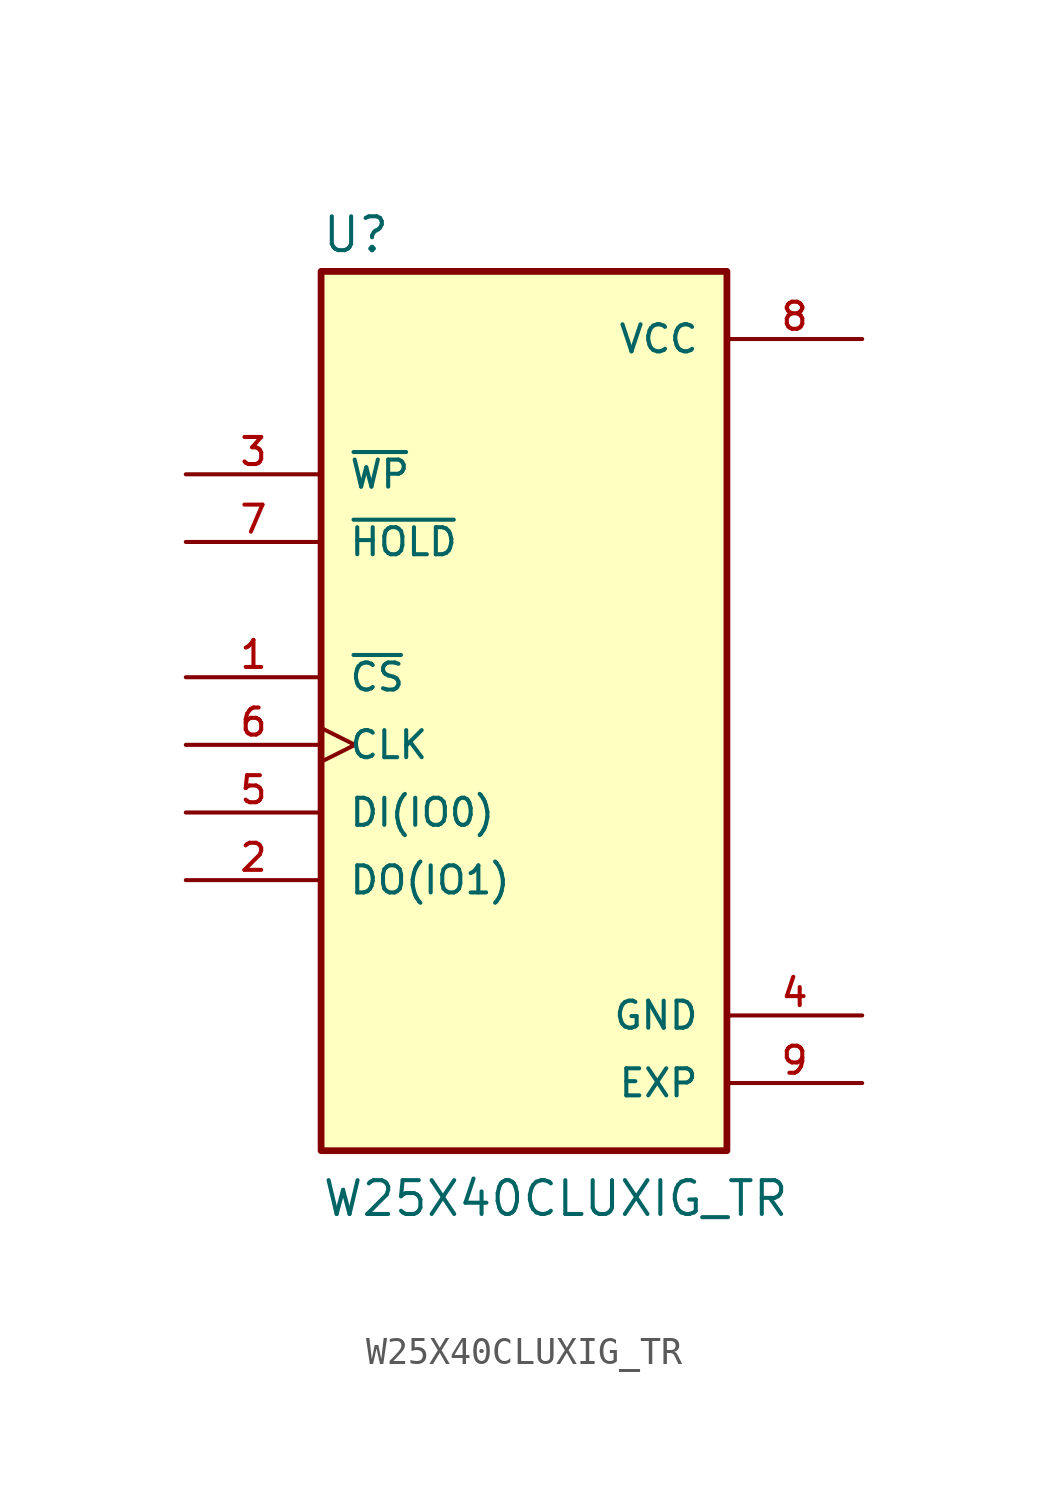
<source format=kicad_sym>
(kicad_symbol_lib
  (version 20211014)
  (generator kicad_symbol_editor)
  (symbol "W25X40CLUXIG_TR"
    (pin_names
      (offset 1.016))
    (property "Reference" "U"
      (at -7.62 18.415 0)
      (effects (font (size 1.27 1.27)) (justify bottom left)))
    (property "Value" "W25X40CLUXIG_TR"
      (at -7.62 -17.78 0)
      (effects (font (size 1.27 1.27)) (justify bottom left)))
    (symbol "W25X40CLUXIG_TR_0_0"
      (rectangle (start -7.62 -15.24) (end 7.62 17.78) (stroke (width 0.254)) (fill (type background)))
      (pin input line (at -12.7 2.54 0) (length 5.08) (name "~{CS}" (effects (font (size 1.016 1.016)))) (number "1" (effects (font (size 1.016 1.016)))))
      (pin bidirectional line (at -12.7 -5.08 0) (length 5.08) (name "DO(IO1)" (effects (font (size 1.016 1.016)))) (number "2" (effects (font (size 1.016 1.016)))))
      (pin input line (at -12.7 10.16 0) (length 5.08) (name "~{WP}" (effects (font (size 1.016 1.016)))) (number "3" (effects (font (size 1.016 1.016)))))
      (pin power_in line (at 12.7 -10.16 180.0) (length 5.08) (name "GND" (effects (font (size 1.016 1.016)))) (number "4" (effects (font (size 1.016 1.016)))))
      (pin bidirectional line (at -12.7 -2.54 0) (length 5.08) (name "DI(IO0)" (effects (font (size 1.016 1.016)))) (number "5" (effects (font (size 1.016 1.016)))))
      (pin input clock (at -12.7 0.0 0) (length 5.08) (name "CLK" (effects (font (size 1.016 1.016)))) (number "6" (effects (font (size 1.016 1.016)))))
      (pin input line (at -12.7 7.62 0) (length 5.08) (name "~{HOLD}" (effects (font (size 1.016 1.016)))) (number "7" (effects (font (size 1.016 1.016)))))
      (pin power_in line (at 12.7 15.24 180.0) (length 5.08) (name "VCC" (effects (font (size 1.016 1.016)))) (number "8" (effects (font (size 1.016 1.016)))))
      (pin power_in line (at 12.7 -12.7 180.0) (length 5.08) (name "EXP" (effects (font (size 1.016 1.016)))) (number "9" (effects (font (size 1.016 1.016))))))))
</source>
